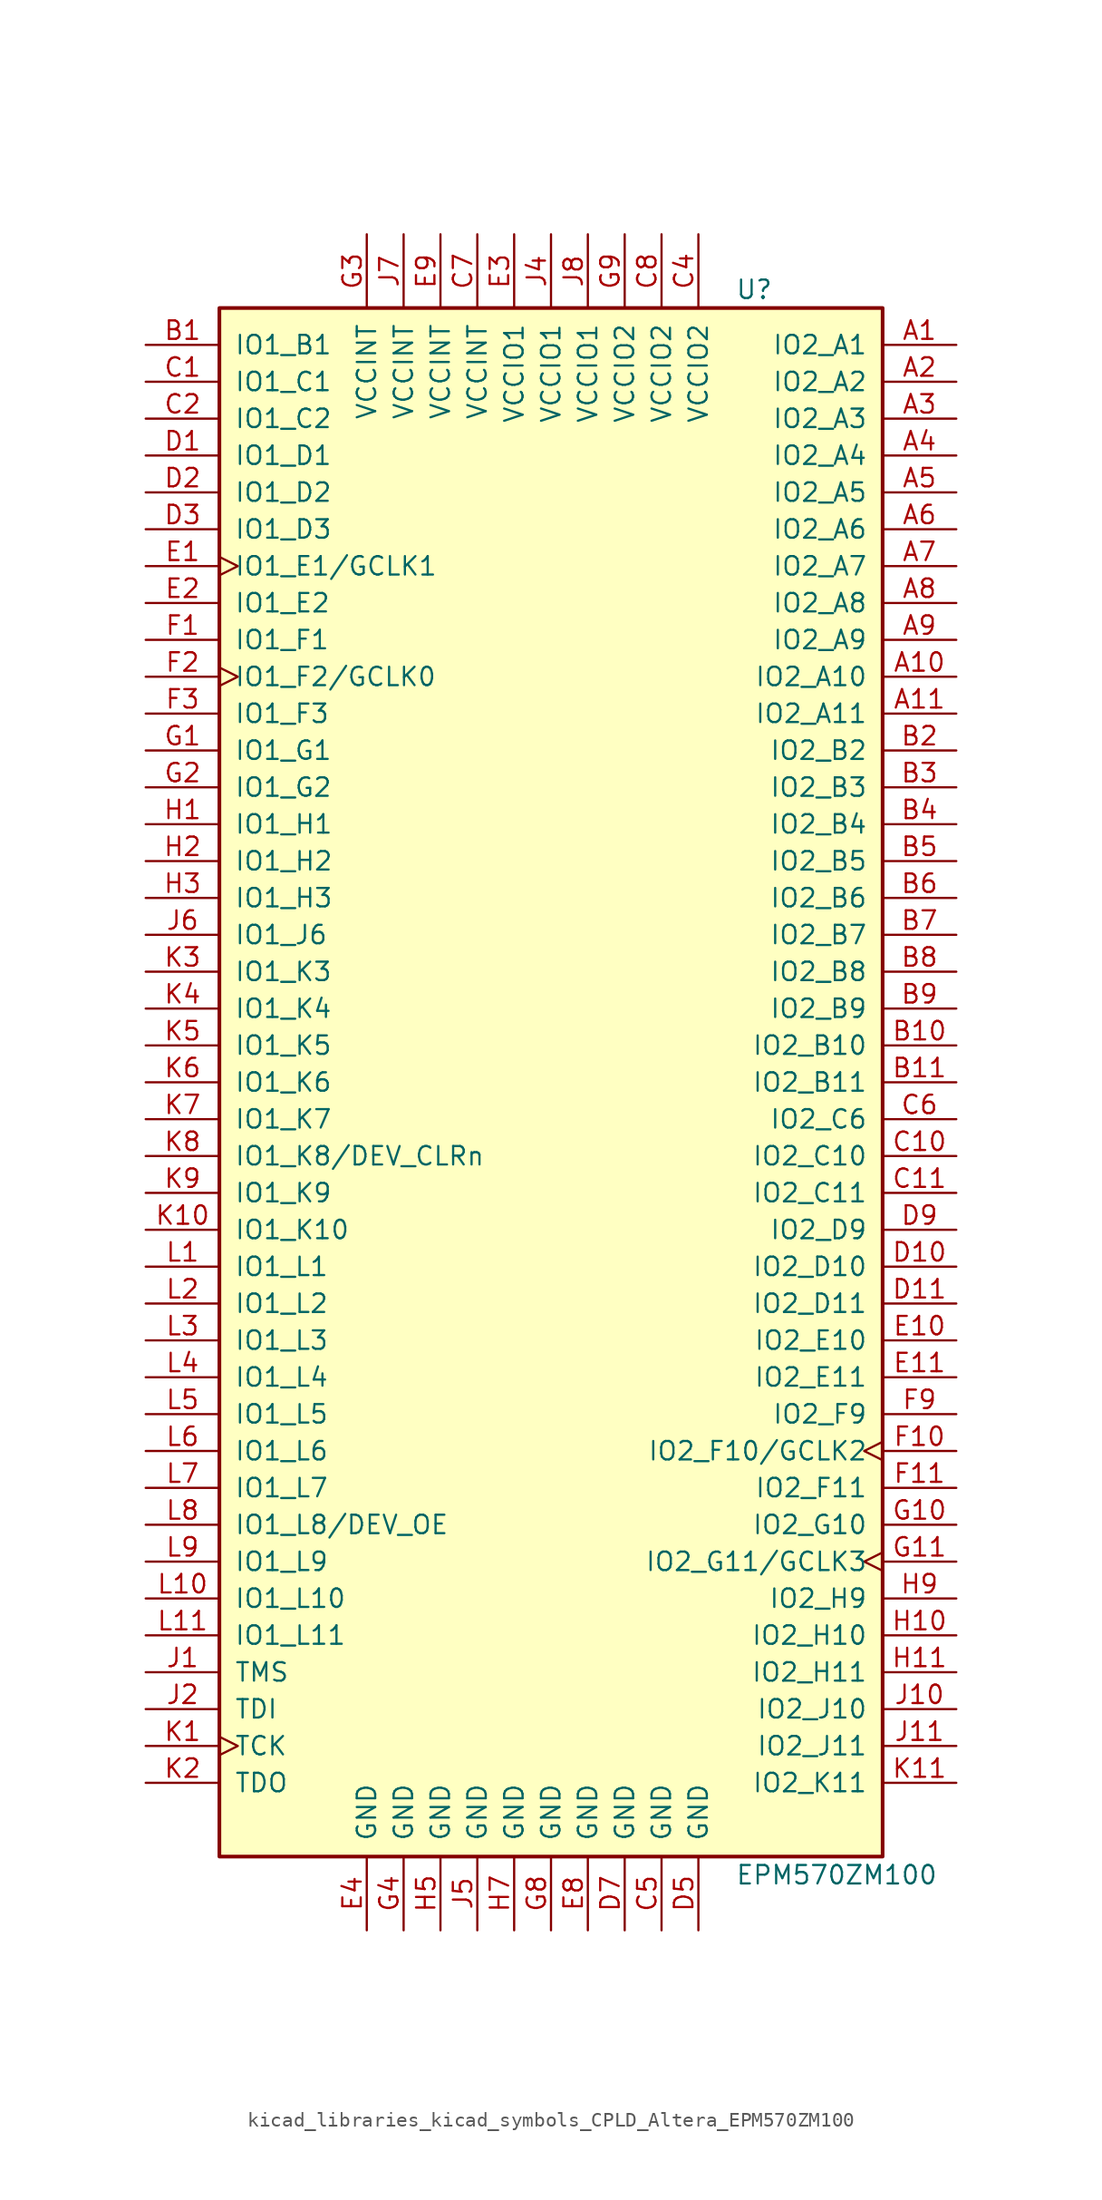
<source format=kicad_sym>
(kicad_symbol_lib
  (version 20220914)
  (generator kicad_symbol_editor)
  (symbol "kicad_libraries_kicad_symbols_CPLD_Altera_EPM570ZM100"
    (pin_names
      (offset 1.016))
    (property "Reference" "U"
      (at 12.7 54.61 0)
      (effects (font (size 1.27 1.27)) (justify left)))
    (property "Value" "EPM570ZM100"
      (at 12.7 -54.61 0)
      (effects (font (size 1.27 1.27)) (justify left)))
    (property "ki_locked" ""
      (at 0 0 0)
      (effects (font (size 1.27 1.27))))
    (symbol "kicad_libraries_kicad_symbols_CPLD_Altera_EPM570ZM100_1_1"
      (rectangle (start -22.86 53.34) (end 22.86 -53.34) (stroke (width 0.254) (type default)) (fill (type background)))
      (pin bidirectional line (at 27.94 50.8 180) (length 5.08) (name "IO2_A1" (effects (font (size 1.27 1.27)))) (number "A1" (effects (font (size 1.27 1.27)))))
      (pin bidirectional line (at 27.94 27.94 180) (length 5.08) (name "IO2_A10" (effects (font (size 1.27 1.27)))) (number "A10" (effects (font (size 1.27 1.27)))))
      (pin bidirectional line (at 27.94 25.4 180) (length 5.08) (name "IO2_A11" (effects (font (size 1.27 1.27)))) (number "A11" (effects (font (size 1.27 1.27)))))
      (pin bidirectional line (at 27.94 48.26 180) (length 5.08) (name "IO2_A2" (effects (font (size 1.27 1.27)))) (number "A2" (effects (font (size 1.27 1.27)))))
      (pin bidirectional line (at 27.94 45.72 180) (length 5.08) (name "IO2_A3" (effects (font (size 1.27 1.27)))) (number "A3" (effects (font (size 1.27 1.27)))))
      (pin bidirectional line (at 27.94 43.18 180) (length 5.08) (name "IO2_A4" (effects (font (size 1.27 1.27)))) (number "A4" (effects (font (size 1.27 1.27)))))
      (pin bidirectional line (at 27.94 40.64 180) (length 5.08) (name "IO2_A5" (effects (font (size 1.27 1.27)))) (number "A5" (effects (font (size 1.27 1.27)))))
      (pin bidirectional line (at 27.94 38.1 180) (length 5.08) (name "IO2_A6" (effects (font (size 1.27 1.27)))) (number "A6" (effects (font (size 1.27 1.27)))))
      (pin bidirectional line (at 27.94 35.56 180) (length 5.08) (name "IO2_A7" (effects (font (size 1.27 1.27)))) (number "A7" (effects (font (size 1.27 1.27)))))
      (pin bidirectional line (at 27.94 33.02 180) (length 5.08) (name "IO2_A8" (effects (font (size 1.27 1.27)))) (number "A8" (effects (font (size 1.27 1.27)))))
      (pin bidirectional line (at 27.94 30.48 180) (length 5.08) (name "IO2_A9" (effects (font (size 1.27 1.27)))) (number "A9" (effects (font (size 1.27 1.27)))))
      (pin bidirectional line (at -27.94 50.8 0) (length 5.08) (name "IO1_B1" (effects (font (size 1.27 1.27)))) (number "B1" (effects (font (size 1.27 1.27)))))
      (pin bidirectional line (at 27.94 2.54 180) (length 5.08) (name "IO2_B10" (effects (font (size 1.27 1.27)))) (number "B10" (effects (font (size 1.27 1.27)))))
      (pin bidirectional line (at 27.94 0 180) (length 5.08) (name "IO2_B11" (effects (font (size 1.27 1.27)))) (number "B11" (effects (font (size 1.27 1.27)))))
      (pin bidirectional line (at 27.94 22.86 180) (length 5.08) (name "IO2_B2" (effects (font (size 1.27 1.27)))) (number "B2" (effects (font (size 1.27 1.27)))))
      (pin bidirectional line (at 27.94 20.32 180) (length 5.08) (name "IO2_B3" (effects (font (size 1.27 1.27)))) (number "B3" (effects (font (size 1.27 1.27)))))
      (pin bidirectional line (at 27.94 17.78 180) (length 5.08) (name "IO2_B4" (effects (font (size 1.27 1.27)))) (number "B4" (effects (font (size 1.27 1.27)))))
      (pin bidirectional line (at 27.94 15.24 180) (length 5.08) (name "IO2_B5" (effects (font (size 1.27 1.27)))) (number "B5" (effects (font (size 1.27 1.27)))))
      (pin bidirectional line (at 27.94 12.7 180) (length 5.08) (name "IO2_B6" (effects (font (size 1.27 1.27)))) (number "B6" (effects (font (size 1.27 1.27)))))
      (pin bidirectional line (at 27.94 10.16 180) (length 5.08) (name "IO2_B7" (effects (font (size 1.27 1.27)))) (number "B7" (effects (font (size 1.27 1.27)))))
      (pin bidirectional line (at 27.94 7.62 180) (length 5.08) (name "IO2_B8" (effects (font (size 1.27 1.27)))) (number "B8" (effects (font (size 1.27 1.27)))))
      (pin bidirectional line (at 27.94 5.08 180) (length 5.08) (name "IO2_B9" (effects (font (size 1.27 1.27)))) (number "B9" (effects (font (size 1.27 1.27)))))
      (pin bidirectional line (at -27.94 48.26 0) (length 5.08) (name "IO1_C1" (effects (font (size 1.27 1.27)))) (number "C1" (effects (font (size 1.27 1.27)))))
      (pin bidirectional line (at 27.94 -5.08 180) (length 5.08) (name "IO2_C10" (effects (font (size 1.27 1.27)))) (number "C10" (effects (font (size 1.27 1.27)))))
      (pin bidirectional line (at 27.94 -7.62 180) (length 5.08) (name "IO2_C11" (effects (font (size 1.27 1.27)))) (number "C11" (effects (font (size 1.27 1.27)))))
      (pin bidirectional line (at -27.94 45.72 0) (length 5.08) (name "IO1_C2" (effects (font (size 1.27 1.27)))) (number "C2" (effects (font (size 1.27 1.27)))))
      (pin power_in line (at 10.16 58.42 270) (length 5.08) (name "VCCIO2" (effects (font (size 1.27 1.27)))) (number "C4" (effects (font (size 1.27 1.27)))))
      (pin power_in line (at 7.62 -58.42 90) (length 5.08) (name "GND" (effects (font (size 1.27 1.27)))) (number "C5" (effects (font (size 1.27 1.27)))))
      (pin bidirectional line (at 27.94 -2.54 180) (length 5.08) (name "IO2_C6" (effects (font (size 1.27 1.27)))) (number "C6" (effects (font (size 1.27 1.27)))))
      (pin power_in line (at -5.08 58.42 270) (length 5.08) (name "VCCINT" (effects (font (size 1.27 1.27)))) (number "C7" (effects (font (size 1.27 1.27)))))
      (pin power_in line (at 7.62 58.42 270) (length 5.08) (name "VCCIO2" (effects (font (size 1.27 1.27)))) (number "C8" (effects (font (size 1.27 1.27)))))
      (pin bidirectional line (at -27.94 43.18 0) (length 5.08) (name "IO1_D1" (effects (font (size 1.27 1.27)))) (number "D1" (effects (font (size 1.27 1.27)))))
      (pin bidirectional line (at 27.94 -12.7 180) (length 5.08) (name "IO2_D10" (effects (font (size 1.27 1.27)))) (number "D10" (effects (font (size 1.27 1.27)))))
      (pin bidirectional line (at 27.94 -15.24 180) (length 5.08) (name "IO2_D11" (effects (font (size 1.27 1.27)))) (number "D11" (effects (font (size 1.27 1.27)))))
      (pin bidirectional line (at -27.94 40.64 0) (length 5.08) (name "IO1_D2" (effects (font (size 1.27 1.27)))) (number "D2" (effects (font (size 1.27 1.27)))))
      (pin bidirectional line (at -27.94 38.1 0) (length 5.08) (name "IO1_D3" (effects (font (size 1.27 1.27)))) (number "D3" (effects (font (size 1.27 1.27)))))
      (pin power_in line (at 10.16 -58.42 90) (length 5.08) (name "GND" (effects (font (size 1.27 1.27)))) (number "D5" (effects (font (size 1.27 1.27)))))
      (pin power_in line (at 5.08 -58.42 90) (length 5.08) (name "GND" (effects (font (size 1.27 1.27)))) (number "D7" (effects (font (size 1.27 1.27)))))
      (pin bidirectional line (at 27.94 -10.16 180) (length 5.08) (name "IO2_D9" (effects (font (size 1.27 1.27)))) (number "D9" (effects (font (size 1.27 1.27)))))
      (pin bidirectional clock (at -27.94 35.56 0) (length 5.08) (name "IO1_E1/GCLK1" (effects (font (size 1.27 1.27)))) (number "E1" (effects (font (size 1.27 1.27)))))
      (pin bidirectional line (at 27.94 -17.78 180) (length 5.08) (name "IO2_E10" (effects (font (size 1.27 1.27)))) (number "E10" (effects (font (size 1.27 1.27)))))
      (pin bidirectional line (at 27.94 -20.32 180) (length 5.08) (name "IO2_E11" (effects (font (size 1.27 1.27)))) (number "E11" (effects (font (size 1.27 1.27)))))
      (pin bidirectional line (at -27.94 33.02 0) (length 5.08) (name "IO1_E2" (effects (font (size 1.27 1.27)))) (number "E2" (effects (font (size 1.27 1.27)))))
      (pin power_in line (at -2.54 58.42 270) (length 5.08) (name "VCCIO1" (effects (font (size 1.27 1.27)))) (number "E3" (effects (font (size 1.27 1.27)))))
      (pin power_in line (at -12.7 -58.42 90) (length 5.08) (name "GND" (effects (font (size 1.27 1.27)))) (number "E4" (effects (font (size 1.27 1.27)))))
      (pin power_in line (at 2.54 -58.42 90) (length 5.08) (name "GND" (effects (font (size 1.27 1.27)))) (number "E8" (effects (font (size 1.27 1.27)))))
      (pin power_in line (at -7.62 58.42 270) (length 5.08) (name "VCCINT" (effects (font (size 1.27 1.27)))) (number "E9" (effects (font (size 1.27 1.27)))))
      (pin bidirectional line (at -27.94 30.48 0) (length 5.08) (name "IO1_F1" (effects (font (size 1.27 1.27)))) (number "F1" (effects (font (size 1.27 1.27)))))
      (pin bidirectional clock (at 27.94 -25.4 180) (length 5.08) (name "IO2_F10/GCLK2" (effects (font (size 1.27 1.27)))) (number "F10" (effects (font (size 1.27 1.27)))))
      (pin bidirectional line (at 27.94 -27.94 180) (length 5.08) (name "IO2_F11" (effects (font (size 1.27 1.27)))) (number "F11" (effects (font (size 1.27 1.27)))))
      (pin bidirectional clock (at -27.94 27.94 0) (length 5.08) (name "IO1_F2/GCLK0" (effects (font (size 1.27 1.27)))) (number "F2" (effects (font (size 1.27 1.27)))))
      (pin bidirectional line (at -27.94 25.4 0) (length 5.08) (name "IO1_F3" (effects (font (size 1.27 1.27)))) (number "F3" (effects (font (size 1.27 1.27)))))
      (pin bidirectional line (at 27.94 -22.86 180) (length 5.08) (name "IO2_F9" (effects (font (size 1.27 1.27)))) (number "F9" (effects (font (size 1.27 1.27)))))
      (pin bidirectional line (at -27.94 22.86 0) (length 5.08) (name "IO1_G1" (effects (font (size 1.27 1.27)))) (number "G1" (effects (font (size 1.27 1.27)))))
      (pin bidirectional line (at 27.94 -30.48 180) (length 5.08) (name "IO2_G10" (effects (font (size 1.27 1.27)))) (number "G10" (effects (font (size 1.27 1.27)))))
      (pin bidirectional clock (at 27.94 -33.02 180) (length 5.08) (name "IO2_G11/GCLK3" (effects (font (size 1.27 1.27)))) (number "G11" (effects (font (size 1.27 1.27)))))
      (pin bidirectional line (at -27.94 20.32 0) (length 5.08) (name "IO1_G2" (effects (font (size 1.27 1.27)))) (number "G2" (effects (font (size 1.27 1.27)))))
      (pin power_in line (at -12.7 58.42 270) (length 5.08) (name "VCCINT" (effects (font (size 1.27 1.27)))) (number "G3" (effects (font (size 1.27 1.27)))))
      (pin power_in line (at -10.16 -58.42 90) (length 5.08) (name "GND" (effects (font (size 1.27 1.27)))) (number "G4" (effects (font (size 1.27 1.27)))))
      (pin power_in line (at 0 -58.42 90) (length 5.08) (name "GND" (effects (font (size 1.27 1.27)))) (number "G8" (effects (font (size 1.27 1.27)))))
      (pin power_in line (at 5.08 58.42 270) (length 5.08) (name "VCCIO2" (effects (font (size 1.27 1.27)))) (number "G9" (effects (font (size 1.27 1.27)))))
      (pin bidirectional line (at -27.94 17.78 0) (length 5.08) (name "IO1_H1" (effects (font (size 1.27 1.27)))) (number "H1" (effects (font (size 1.27 1.27)))))
      (pin bidirectional line (at 27.94 -38.1 180) (length 5.08) (name "IO2_H10" (effects (font (size 1.27 1.27)))) (number "H10" (effects (font (size 1.27 1.27)))))
      (pin bidirectional line (at 27.94 -40.64 180) (length 5.08) (name "IO2_H11" (effects (font (size 1.27 1.27)))) (number "H11" (effects (font (size 1.27 1.27)))))
      (pin bidirectional line (at -27.94 15.24 0) (length 5.08) (name "IO1_H2" (effects (font (size 1.27 1.27)))) (number "H2" (effects (font (size 1.27 1.27)))))
      (pin bidirectional line (at -27.94 12.7 0) (length 5.08) (name "IO1_H3" (effects (font (size 1.27 1.27)))) (number "H3" (effects (font (size 1.27 1.27)))))
      (pin power_in line (at -7.62 -58.42 90) (length 5.08) (name "GND" (effects (font (size 1.27 1.27)))) (number "H5" (effects (font (size 1.27 1.27)))))
      (pin power_in line (at -2.54 -58.42 90) (length 5.08) (name "GND" (effects (font (size 1.27 1.27)))) (number "H7" (effects (font (size 1.27 1.27)))))
      (pin bidirectional line (at 27.94 -35.56 180) (length 5.08) (name "IO2_H9" (effects (font (size 1.27 1.27)))) (number "H9" (effects (font (size 1.27 1.27)))))
      (pin input line (at -27.94 -40.64 0) (length 5.08) (name "TMS" (effects (font (size 1.27 1.27)))) (number "J1" (effects (font (size 1.27 1.27)))))
      (pin bidirectional line (at 27.94 -43.18 180) (length 5.08) (name "IO2_J10" (effects (font (size 1.27 1.27)))) (number "J10" (effects (font (size 1.27 1.27)))))
      (pin bidirectional line (at 27.94 -45.72 180) (length 5.08) (name "IO2_J11" (effects (font (size 1.27 1.27)))) (number "J11" (effects (font (size 1.27 1.27)))))
      (pin input line (at -27.94 -43.18 0) (length 5.08) (name "TDI" (effects (font (size 1.27 1.27)))) (number "J2" (effects (font (size 1.27 1.27)))))
      (pin power_in line (at 0 58.42 270) (length 5.08) (name "VCCIO1" (effects (font (size 1.27 1.27)))) (number "J4" (effects (font (size 1.27 1.27)))))
      (pin power_in line (at -5.08 -58.42 90) (length 5.08) (name "GND" (effects (font (size 1.27 1.27)))) (number "J5" (effects (font (size 1.27 1.27)))))
      (pin bidirectional line (at -27.94 10.16 0) (length 5.08) (name "IO1_J6" (effects (font (size 1.27 1.27)))) (number "J6" (effects (font (size 1.27 1.27)))))
      (pin power_in line (at -10.16 58.42 270) (length 5.08) (name "VCCINT" (effects (font (size 1.27 1.27)))) (number "J7" (effects (font (size 1.27 1.27)))))
      (pin power_in line (at 2.54 58.42 270) (length 5.08) (name "VCCIO1" (effects (font (size 1.27 1.27)))) (number "J8" (effects (font (size 1.27 1.27)))))
      (pin input clock (at -27.94 -45.72 0) (length 5.08) (name "TCK" (effects (font (size 1.27 1.27)))) (number "K1" (effects (font (size 1.27 1.27)))))
      (pin bidirectional line (at -27.94 -10.16 0) (length 5.08) (name "IO1_K10" (effects (font (size 1.27 1.27)))) (number "K10" (effects (font (size 1.27 1.27)))))
      (pin bidirectional line (at 27.94 -48.26 180) (length 5.08) (name "IO2_K11" (effects (font (size 1.27 1.27)))) (number "K11" (effects (font (size 1.27 1.27)))))
      (pin output line (at -27.94 -48.26 0) (length 5.08) (name "TDO" (effects (font (size 1.27 1.27)))) (number "K2" (effects (font (size 1.27 1.27)))))
      (pin bidirectional line (at -27.94 7.62 0) (length 5.08) (name "IO1_K3" (effects (font (size 1.27 1.27)))) (number "K3" (effects (font (size 1.27 1.27)))))
      (pin bidirectional line (at -27.94 5.08 0) (length 5.08) (name "IO1_K4" (effects (font (size 1.27 1.27)))) (number "K4" (effects (font (size 1.27 1.27)))))
      (pin bidirectional line (at -27.94 2.54 0) (length 5.08) (name "IO1_K5" (effects (font (size 1.27 1.27)))) (number "K5" (effects (font (size 1.27 1.27)))))
      (pin bidirectional line (at -27.94 0 0) (length 5.08) (name "IO1_K6" (effects (font (size 1.27 1.27)))) (number "K6" (effects (font (size 1.27 1.27)))))
      (pin bidirectional line (at -27.94 -2.54 0) (length 5.08) (name "IO1_K7" (effects (font (size 1.27 1.27)))) (number "K7" (effects (font (size 1.27 1.27)))))
      (pin bidirectional line (at -27.94 -5.08 0) (length 5.08) (name "IO1_K8/DEV_CLRn" (effects (font (size 1.27 1.27)))) (number "K8" (effects (font (size 1.27 1.27)))))
      (pin bidirectional line (at -27.94 -7.62 0) (length 5.08) (name "IO1_K9" (effects (font (size 1.27 1.27)))) (number "K9" (effects (font (size 1.27 1.27)))))
      (pin bidirectional line (at -27.94 -12.7 0) (length 5.08) (name "IO1_L1" (effects (font (size 1.27 1.27)))) (number "L1" (effects (font (size 1.27 1.27)))))
      (pin bidirectional line (at -27.94 -35.56 0) (length 5.08) (name "IO1_L10" (effects (font (size 1.27 1.27)))) (number "L10" (effects (font (size 1.27 1.27)))))
      (pin bidirectional line (at -27.94 -38.1 0) (length 5.08) (name "IO1_L11" (effects (font (size 1.27 1.27)))) (number "L11" (effects (font (size 1.27 1.27)))))
      (pin bidirectional line (at -27.94 -15.24 0) (length 5.08) (name "IO1_L2" (effects (font (size 1.27 1.27)))) (number "L2" (effects (font (size 1.27 1.27)))))
      (pin bidirectional line (at -27.94 -17.78 0) (length 5.08) (name "IO1_L3" (effects (font (size 1.27 1.27)))) (number "L3" (effects (font (size 1.27 1.27)))))
      (pin bidirectional line (at -27.94 -20.32 0) (length 5.08) (name "IO1_L4" (effects (font (size 1.27 1.27)))) (number "L4" (effects (font (size 1.27 1.27)))))
      (pin bidirectional line (at -27.94 -22.86 0) (length 5.08) (name "IO1_L5" (effects (font (size 1.27 1.27)))) (number "L5" (effects (font (size 1.27 1.27)))))
      (pin bidirectional line (at -27.94 -25.4 0) (length 5.08) (name "IO1_L6" (effects (font (size 1.27 1.27)))) (number "L6" (effects (font (size 1.27 1.27)))))
      (pin bidirectional line (at -27.94 -27.94 0) (length 5.08) (name "IO1_L7" (effects (font (size 1.27 1.27)))) (number "L7" (effects (font (size 1.27 1.27)))))
      (pin bidirectional line (at -27.94 -30.48 0) (length 5.08) (name "IO1_L8/DEV_OE" (effects (font (size 1.27 1.27)))) (number "L8" (effects (font (size 1.27 1.27)))))
      (pin bidirectional line (at -27.94 -33.02 0) (length 5.08) (name "IO1_L9" (effects (font (size 1.27 1.27)))) (number "L9" (effects (font (size 1.27 1.27))))))))
</source>
